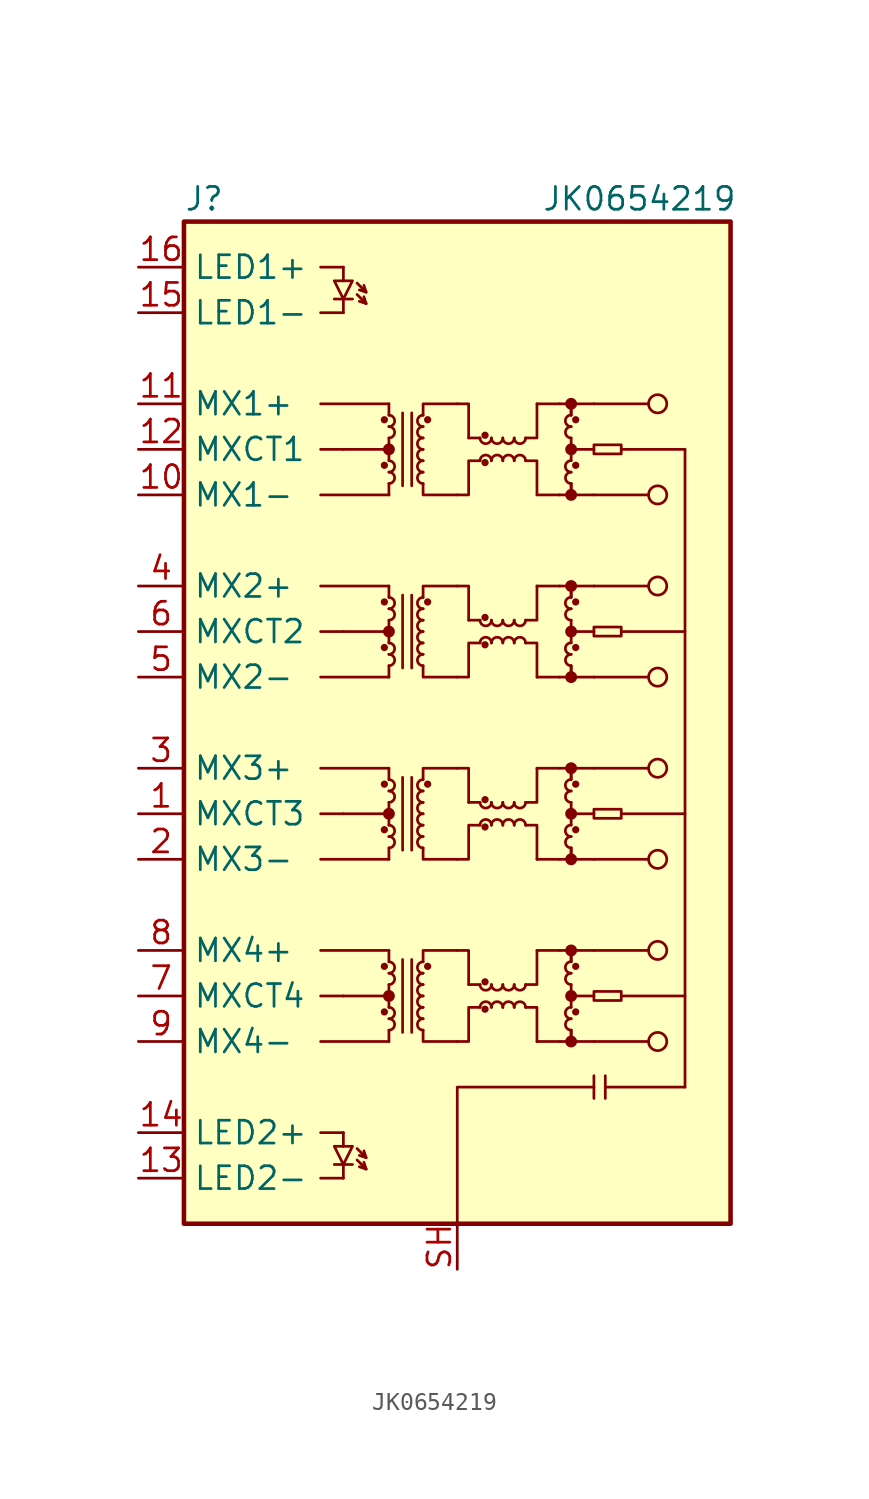
<source format=kicad_sym>
(kicad_symbol_lib
  (version 20220914)
  (generator kicad_symbol_editor)
  (symbol "JK0654219"
    (property "Reference" "J"
      (at -15.24 29.21 0)
      (effects (font (size 1.27 1.27)) (justify left)))
    (property "Value" "JK0654219"
      (at 10.16 29.21 0)
      (effects (font (size 1.27 1.27))))
    (symbol "JK0654219_0_1"
      (rectangle (start -15.24 27.94) (end 15.24 -27.94) (stroke (width 0.254) (type solid)) (fill (type background)))
      (circle (center -4.064 -16.129) (radius 0.127) (stroke (width 0) (type solid)) (fill (type outline)))
      (circle (center -4.064 -13.589) (radius 0.127) (stroke (width 0) (type solid)) (fill (type outline)))
      (circle (center -4.064 -5.969) (radius 0.127) (stroke (width 0) (type solid)) (fill (type outline)))
      (circle (center -4.064 -3.429) (radius 0.127) (stroke (width 0) (type solid)) (fill (type outline)))
      (circle (center -4.064 4.191) (radius 0.127) (stroke (width 0) (type solid)) (fill (type outline)))
      (circle (center -4.064 6.731) (radius 0.127) (stroke (width 0) (type solid)) (fill (type outline)))
      (circle (center -4.064 14.351) (radius 0.127) (stroke (width 0) (type solid)) (fill (type outline)))
      (circle (center -4.064 16.891) (radius 0.127) (stroke (width 0) (type solid)) (fill (type outline)))
      (arc (start -3.81 -17.145) (mid -3.4938 -16.8275) (end -3.81 -16.51) (stroke (width 0) (type solid)) (fill (type none)))
      (arc (start -3.81 -16.51) (mid -3.4938 -16.1925) (end -3.81 -15.875) (stroke (width 0) (type solid)) (fill (type none)))
      (circle (center -3.81 -15.24) (radius 0.254) (stroke (width 0) (type solid)) (fill (type outline)))
      (arc (start -3.81 -14.605) (mid -3.4938 -14.2875) (end -3.81 -13.97) (stroke (width 0) (type solid)) (fill (type none)))
      (arc (start -3.81 -13.97) (mid -3.4938 -13.6525) (end -3.81 -13.335) (stroke (width 0) (type solid)) (fill (type none)))
      (arc (start -3.81 -6.985) (mid -3.4938 -6.6675) (end -3.81 -6.35) (stroke (width 0) (type solid)) (fill (type none)))
      (arc (start -3.81 -6.35) (mid -3.4938 -6.0325) (end -3.81 -5.715) (stroke (width 0) (type solid)) (fill (type none)))
      (circle (center -3.81 -5.08) (radius 0.254) (stroke (width 0) (type solid)) (fill (type outline)))
      (arc (start -3.81 -4.445) (mid -3.4938 -4.1275) (end -3.81 -3.81) (stroke (width 0) (type solid)) (fill (type none)))
      (arc (start -3.81 -3.81) (mid -3.4938 -3.4925) (end -3.81 -3.175) (stroke (width 0) (type solid)) (fill (type none)))
      (arc (start -3.81 3.175) (mid -3.4938 3.4925) (end -3.81 3.81) (stroke (width 0) (type solid)) (fill (type none)))
      (arc (start -3.81 3.81) (mid -3.4938 4.1275) (end -3.81 4.445) (stroke (width 0) (type solid)) (fill (type none)))
      (circle (center -3.81 5.08) (radius 0.254) (stroke (width 0) (type solid)) (fill (type outline)))
      (arc (start -3.81 5.715) (mid -3.4938 6.0325) (end -3.81 6.35) (stroke (width 0) (type solid)) (fill (type none)))
      (arc (start -3.81 6.35) (mid -3.4938 6.6675) (end -3.81 6.985) (stroke (width 0) (type solid)) (fill (type none)))
      (arc (start -3.81 13.335) (mid -3.4938 13.6525) (end -3.81 13.97) (stroke (width 0) (type solid)) (fill (type none)))
      (arc (start -3.81 13.97) (mid -3.4938 14.2875) (end -3.81 14.605) (stroke (width 0) (type solid)) (fill (type none)))
      (circle (center -3.81 15.24) (radius 0.254) (stroke (width 0) (type solid)) (fill (type outline)))
      (arc (start -3.81 15.875) (mid -3.4938 16.1925) (end -3.81 16.51) (stroke (width 0) (type solid)) (fill (type none)))
      (arc (start -3.81 16.51) (mid -3.4938 16.8275) (end -3.81 17.145) (stroke (width 0) (type solid)) (fill (type none)))
      (arc (start -1.905 -16.51) (mid -2.2212 -16.8275) (end -1.905 -17.145) (stroke (width 0) (type solid)) (fill (type none)))
      (arc (start -1.905 -15.875) (mid -2.2212 -16.1925) (end -1.905 -16.51) (stroke (width 0) (type solid)) (fill (type none)))
      (arc (start -1.905 -15.24) (mid -2.2212 -15.5575) (end -1.905 -15.875) (stroke (width 0) (type solid)) (fill (type none)))
      (arc (start -1.905 -14.605) (mid -2.2212 -14.9225) (end -1.905 -15.24) (stroke (width 0) (type solid)) (fill (type none)))
      (arc (start -1.905 -13.97) (mid -2.2212 -14.2875) (end -1.905 -14.605) (stroke (width 0) (type solid)) (fill (type none)))
      (arc (start -1.905 -13.335) (mid -2.2212 -13.6525) (end -1.905 -13.97) (stroke (width 0) (type solid)) (fill (type none)))
      (arc (start -1.905 -6.35) (mid -2.2212 -6.6675) (end -1.905 -6.985) (stroke (width 0) (type solid)) (fill (type none)))
      (arc (start -1.905 -5.715) (mid -2.2212 -6.0325) (end -1.905 -6.35) (stroke (width 0) (type solid)) (fill (type none)))
      (arc (start -1.905 -5.08) (mid -2.2212 -5.3975) (end -1.905 -5.715) (stroke (width 0) (type solid)) (fill (type none)))
      (arc (start -1.905 -4.445) (mid -2.2212 -4.7625) (end -1.905 -5.08) (stroke (width 0) (type solid)) (fill (type none)))
      (arc (start -1.905 -3.81) (mid -2.2212 -4.1275) (end -1.905 -4.445) (stroke (width 0) (type solid)) (fill (type none)))
      (arc (start -1.905 -3.175) (mid -2.2212 -3.4925) (end -1.905 -3.81) (stroke (width 0) (type solid)) (fill (type none)))
      (arc (start -1.905 3.81) (mid -2.2212 3.4925) (end -1.905 3.175) (stroke (width 0) (type solid)) (fill (type none)))
      (arc (start -1.905 4.445) (mid -2.2212 4.1275) (end -1.905 3.81) (stroke (width 0) (type solid)) (fill (type none)))
      (arc (start -1.905 5.08) (mid -2.2212 4.7625) (end -1.905 4.445) (stroke (width 0) (type solid)) (fill (type none)))
      (arc (start -1.905 5.715) (mid -2.2212 5.3975) (end -1.905 5.08) (stroke (width 0) (type solid)) (fill (type none)))
      (arc (start -1.905 6.35) (mid -2.2212 6.0325) (end -1.905 5.715) (stroke (width 0) (type solid)) (fill (type none)))
      (arc (start -1.905 6.985) (mid -2.2212 6.6675) (end -1.905 6.35) (stroke (width 0) (type solid)) (fill (type none)))
      (arc (start -1.905 13.97) (mid -2.2212 13.6525) (end -1.905 13.335) (stroke (width 0) (type solid)) (fill (type none)))
      (arc (start -1.905 14.605) (mid -2.2212 14.2875) (end -1.905 13.97) (stroke (width 0) (type solid)) (fill (type none)))
      (arc (start -1.905 15.24) (mid -2.2212 14.9225) (end -1.905 14.605) (stroke (width 0) (type solid)) (fill (type none)))
      (arc (start -1.905 15.875) (mid -2.2212 15.5575) (end -1.905 15.24) (stroke (width 0) (type solid)) (fill (type none)))
      (arc (start -1.905 16.51) (mid -2.2212 16.1925) (end -1.905 15.875) (stroke (width 0) (type solid)) (fill (type none)))
      (arc (start -1.905 17.145) (mid -2.2212 16.8275) (end -1.905 16.51) (stroke (width 0) (type solid)) (fill (type none)))
      (circle (center -1.651 -13.589) (radius 0.127) (stroke (width 0) (type solid)) (fill (type outline)))
      (circle (center -1.651 -3.429) (radius 0.127) (stroke (width 0) (type solid)) (fill (type outline)))
      (circle (center -1.651 6.731) (radius 0.127) (stroke (width 0) (type solid)) (fill (type outline)))
      (circle (center -1.651 16.891) (radius 0.127) (stroke (width 0) (type solid)) (fill (type outline)))
      (polyline (pts (xy -7.62 -17.78) (xy -3.81 -17.78)) (stroke (width 0) (type solid)) (fill (type none)))
      (polyline (pts (xy -7.62 -15.24) (xy -6.35 -15.24)) (stroke (width 0) (type solid)) (fill (type none)))
      (polyline (pts (xy -7.62 -12.7) (xy -3.81 -12.7)) (stroke (width 0) (type solid)) (fill (type none)))
      (polyline (pts (xy -7.62 -7.62) (xy -3.81 -7.62)) (stroke (width 0) (type solid)) (fill (type none)))
      (polyline (pts (xy -7.62 -5.08) (xy -6.35 -5.08)) (stroke (width 0) (type solid)) (fill (type none)))
      (polyline (pts (xy -7.62 -2.54) (xy -3.81 -2.54)) (stroke (width 0) (type solid)) (fill (type none)))
      (polyline (pts (xy -7.62 2.54) (xy -3.81 2.54)) (stroke (width 0) (type solid)) (fill (type none)))
      (polyline (pts (xy -7.62 5.08) (xy -6.35 5.08)) (stroke (width 0) (type solid)) (fill (type none)))
      (polyline (pts (xy -7.62 7.62) (xy -3.81 7.62)) (stroke (width 0) (type solid)) (fill (type none)))
      (polyline (pts (xy -7.62 12.7) (xy -3.81 12.7)) (stroke (width 0) (type solid)) (fill (type none)))
      (polyline (pts (xy -7.62 15.24) (xy -6.35 15.24)) (stroke (width 0) (type solid)) (fill (type none)))
      (polyline (pts (xy -7.62 17.78) (xy -3.81 17.78)) (stroke (width 0) (type solid)) (fill (type none)))
      (polyline (pts (xy -6.35 -15.24) (xy -3.81 -15.24)) (stroke (width 0) (type solid)) (fill (type none)))
      (polyline (pts (xy -6.35 -5.08) (xy -3.81 -5.08)) (stroke (width 0) (type solid)) (fill (type none)))
      (polyline (pts (xy -6.35 5.08) (xy -3.81 5.08)) (stroke (width 0) (type solid)) (fill (type none)))
      (polyline (pts (xy -6.35 15.24) (xy -3.81 15.24)) (stroke (width 0) (type solid)) (fill (type none)))
      (polyline (pts (xy -3.81 -17.78) (xy -3.81 -17.145)) (stroke (width 0) (type solid)) (fill (type none)))
      (polyline (pts (xy -3.81 -15.24) (xy -3.81 -15.875)) (stroke (width 0) (type solid)) (fill (type none)))
      (polyline (pts (xy -3.81 -15.24) (xy -3.81 -14.605)) (stroke (width 0) (type solid)) (fill (type none)))
      (polyline (pts (xy -3.81 -12.7) (xy -3.81 -13.335)) (stroke (width 0) (type solid)) (fill (type none)))
      (polyline (pts (xy -3.81 -7.62) (xy -3.81 -6.985)) (stroke (width 0) (type solid)) (fill (type none)))
      (polyline (pts (xy -3.81 -5.08) (xy -3.81 -5.715)) (stroke (width 0) (type solid)) (fill (type none)))
      (polyline (pts (xy -3.81 -5.08) (xy -3.81 -4.445)) (stroke (width 0) (type solid)) (fill (type none)))
      (polyline (pts (xy -3.81 -2.54) (xy -3.81 -3.175)) (stroke (width 0) (type solid)) (fill (type none)))
      (polyline (pts (xy -3.81 2.54) (xy -3.81 3.175)) (stroke (width 0) (type solid)) (fill (type none)))
      (polyline (pts (xy -3.81 5.08) (xy -3.81 4.445)) (stroke (width 0) (type solid)) (fill (type none)))
      (polyline (pts (xy -3.81 5.08) (xy -3.81 5.715)) (stroke (width 0) (type solid)) (fill (type none)))
      (polyline (pts (xy -3.81 7.62) (xy -3.81 6.985)) (stroke (width 0) (type solid)) (fill (type none)))
      (polyline (pts (xy -3.81 12.7) (xy -3.81 13.335)) (stroke (width 0) (type solid)) (fill (type none)))
      (polyline (pts (xy -3.81 15.24) (xy -3.81 14.605)) (stroke (width 0) (type solid)) (fill (type none)))
      (polyline (pts (xy -3.81 15.24) (xy -3.81 15.875)) (stroke (width 0) (type solid)) (fill (type none)))
      (polyline (pts (xy -3.81 17.78) (xy -3.81 17.145)) (stroke (width 0) (type solid)) (fill (type none)))
      (polyline (pts (xy -3.048 -17.272) (xy -3.048 -13.208)) (stroke (width 0) (type solid)) (fill (type none)))
      (polyline (pts (xy -3.048 -7.112) (xy -3.048 -3.048)) (stroke (width 0) (type solid)) (fill (type none)))
      (polyline (pts (xy -3.048 3.048) (xy -3.048 7.112)) (stroke (width 0) (type solid)) (fill (type none)))
      (polyline (pts (xy -3.048 13.208) (xy -3.048 17.272)) (stroke (width 0) (type solid)) (fill (type none)))
      (polyline (pts (xy -2.54 -17.272) (xy -2.54 -13.208)) (stroke (width 0) (type solid)) (fill (type none)))
      (polyline (pts (xy -2.54 -7.112) (xy -2.54 -3.048)) (stroke (width 0) (type solid)) (fill (type none)))
      (polyline (pts (xy -2.54 3.048) (xy -2.54 7.112)) (stroke (width 0) (type solid)) (fill (type none)))
      (polyline (pts (xy -2.54 13.208) (xy -2.54 17.272)) (stroke (width 0) (type solid)) (fill (type none)))
      (polyline (pts (xy 0.635 -14.605) (xy 1.27 -14.605)) (stroke (width 0) (type solid)) (fill (type none)))
      (polyline (pts (xy 0.635 -4.445) (xy 1.27 -4.445)) (stroke (width 0) (type solid)) (fill (type none)))
      (polyline (pts (xy 0.635 5.715) (xy 1.27 5.715)) (stroke (width 0) (type solid)) (fill (type none)))
      (polyline (pts (xy 0.635 15.875) (xy 1.27 15.875)) (stroke (width 0) (type solid)) (fill (type none)))
      (polyline (pts (xy 4.445 -17.78) (xy 5.715 -17.78)) (stroke (width 0) (type solid)) (fill (type none)))
      (polyline (pts (xy 4.445 -12.7) (xy 5.715 -12.7)) (stroke (width 0) (type solid)) (fill (type none)))
      (polyline (pts (xy 4.445 -7.62) (xy 5.715 -7.62)) (stroke (width 0) (type solid)) (fill (type none)))
      (polyline (pts (xy 4.445 -2.54) (xy 5.715 -2.54)) (stroke (width 0) (type solid)) (fill (type none)))
      (polyline (pts (xy 4.445 2.54) (xy 5.715 2.54)) (stroke (width 0) (type solid)) (fill (type none)))
      (polyline (pts (xy 4.445 7.62) (xy 5.715 7.62)) (stroke (width 0) (type solid)) (fill (type none)))
      (polyline (pts (xy 4.445 12.7) (xy 5.715 12.7)) (stroke (width 0) (type solid)) (fill (type none)))
      (polyline (pts (xy 4.445 17.78) (xy 5.715 17.78)) (stroke (width 0) (type solid)) (fill (type none)))
      (polyline (pts (xy 6.35 -17.78) (xy 6.35 -17.145)) (stroke (width 0) (type solid)) (fill (type none)))
      (polyline (pts (xy 6.35 -15.24) (xy 6.35 -15.875)) (stroke (width 0) (type solid)) (fill (type none)))
      (polyline (pts (xy 6.35 -15.24) (xy 6.35 -14.605)) (stroke (width 0) (type solid)) (fill (type none)))
      (polyline (pts (xy 6.35 -12.7) (xy 6.35 -13.335)) (stroke (width 0) (type solid)) (fill (type none)))
      (polyline (pts (xy 6.35 -7.62) (xy 6.35 -6.985)) (stroke (width 0) (type solid)) (fill (type none)))
      (polyline (pts (xy 6.35 -5.08) (xy 6.35 -5.715)) (stroke (width 0) (type solid)) (fill (type none)))
      (polyline (pts (xy 6.35 -5.08) (xy 6.35 -4.445)) (stroke (width 0) (type solid)) (fill (type none)))
      (polyline (pts (xy 6.35 -2.54) (xy 6.35 -3.175)) (stroke (width 0) (type solid)) (fill (type none)))
      (polyline (pts (xy 6.35 2.54) (xy 6.35 3.175)) (stroke (width 0) (type solid)) (fill (type none)))
      (polyline (pts (xy 6.35 5.08) (xy 6.35 4.445)) (stroke (width 0) (type solid)) (fill (type none)))
      (polyline (pts (xy 6.35 5.08) (xy 6.35 5.715)) (stroke (width 0) (type solid)) (fill (type none)))
      (polyline (pts (xy 6.35 7.62) (xy 6.35 6.985)) (stroke (width 0) (type solid)) (fill (type none)))
      (polyline (pts (xy 6.35 12.7) (xy 6.35 13.335)) (stroke (width 0) (type solid)) (fill (type none)))
      (polyline (pts (xy 6.35 15.24) (xy 6.35 14.605)) (stroke (width 0) (type solid)) (fill (type none)))
      (polyline (pts (xy 6.35 15.24) (xy 6.35 15.875)) (stroke (width 0) (type solid)) (fill (type none)))
      (polyline (pts (xy 6.35 17.78) (xy 6.35 17.145)) (stroke (width 0) (type solid)) (fill (type none)))
      (polyline (pts (xy 7.62 -20.955) (xy 7.62 -19.685)) (stroke (width 0) (type solid)) (fill (type none)))
      (polyline (pts (xy 7.62 -17.78) (xy 6.35 -17.78)) (stroke (width 0) (type solid)) (fill (type none)))
      (polyline (pts (xy 7.62 -17.78) (xy 10.668 -17.78)) (stroke (width 0) (type solid)) (fill (type none)))
      (polyline (pts (xy 7.62 -15.24) (xy 6.35 -15.24)) (stroke (width 0) (type solid)) (fill (type none)))
      (polyline (pts (xy 7.62 -12.7) (xy 6.35 -12.7)) (stroke (width 0) (type solid)) (fill (type none)))
      (polyline (pts (xy 7.62 -12.7) (xy 10.668 -12.7)) (stroke (width 0) (type solid)) (fill (type none)))
      (polyline (pts (xy 7.62 -7.62) (xy 6.35 -7.62)) (stroke (width 0) (type solid)) (fill (type none)))
      (polyline (pts (xy 7.62 -7.62) (xy 10.668 -7.62)) (stroke (width 0) (type solid)) (fill (type none)))
      (polyline (pts (xy 7.62 -5.08) (xy 6.35 -5.08)) (stroke (width 0) (type solid)) (fill (type none)))
      (polyline (pts (xy 7.62 -2.54) (xy 6.35 -2.54)) (stroke (width 0) (type solid)) (fill (type none)))
      (polyline (pts (xy 7.62 -2.54) (xy 10.668 -2.54)) (stroke (width 0) (type solid)) (fill (type none)))
      (polyline (pts (xy 7.62 2.54) (xy 6.35 2.54)) (stroke (width 0) (type solid)) (fill (type none)))
      (polyline (pts (xy 7.62 2.54) (xy 10.668 2.54)) (stroke (width 0) (type solid)) (fill (type none)))
      (polyline (pts (xy 7.62 5.08) (xy 6.35 5.08)) (stroke (width 0) (type solid)) (fill (type none)))
      (polyline (pts (xy 7.62 7.62) (xy 6.35 7.62)) (stroke (width 0) (type solid)) (fill (type none)))
      (polyline (pts (xy 7.62 7.62) (xy 10.668 7.62)) (stroke (width 0) (type solid)) (fill (type none)))
      (polyline (pts (xy 7.62 12.7) (xy 6.35 12.7)) (stroke (width 0) (type solid)) (fill (type none)))
      (polyline (pts (xy 7.62 12.7) (xy 10.668 12.7)) (stroke (width 0) (type solid)) (fill (type none)))
      (polyline (pts (xy 7.62 15.24) (xy 6.35 15.24)) (stroke (width 0) (type solid)) (fill (type none)))
      (polyline (pts (xy 7.62 17.78) (xy 6.35 17.78)) (stroke (width 0) (type solid)) (fill (type none)))
      (polyline (pts (xy 7.62 17.78) (xy 10.668 17.78)) (stroke (width 0) (type solid)) (fill (type none)))
      (polyline (pts (xy 8.255 -20.32) (xy 8.255 -20.955)) (stroke (width 0) (type solid)) (fill (type none)))
      (polyline (pts (xy 8.255 -20.32) (xy 8.255 -19.685)) (stroke (width 0) (type solid)) (fill (type none)))
      (polyline (pts (xy 8.255 -20.32) (xy 12.7 -20.32)) (stroke (width 0) (type solid)) (fill (type none)))
      (polyline (pts (xy 9.144 -15.24) (xy 12.7 -15.24)) (stroke (width 0) (type solid)) (fill (type none)))
      (polyline (pts (xy 9.144 -5.08) (xy 12.7 -5.08)) (stroke (width 0) (type solid)) (fill (type none)))
      (polyline (pts (xy 9.144 5.08) (xy 12.7 5.08)) (stroke (width 0) (type solid)) (fill (type none)))
      (polyline (pts (xy 12.7 -20.32) (xy 12.7 15.24)) (stroke (width 0) (type solid)) (fill (type none)))
      (polyline (pts (xy 12.7 15.24) (xy 9.144 15.24)) (stroke (width 0) (type solid)) (fill (type none)))
      (polyline (pts (xy -1.905 -17.145) (xy -1.905 -17.78) (xy 0 -17.78)) (stroke (width 0) (type solid)) (fill (type none)))
      (polyline (pts (xy -1.905 -13.335) (xy -1.905 -12.7) (xy 0 -12.7)) (stroke (width 0) (type solid)) (fill (type none)))
      (polyline (pts (xy -1.905 -6.985) (xy -1.905 -7.62) (xy 0 -7.62)) (stroke (width 0) (type solid)) (fill (type none)))
      (polyline (pts (xy -1.905 -3.175) (xy -1.905 -2.54) (xy 0 -2.54)) (stroke (width 0) (type solid)) (fill (type none)))
      (polyline (pts (xy -1.905 3.175) (xy -1.905 2.54) (xy 0 2.54)) (stroke (width 0) (type solid)) (fill (type none)))
      (polyline (pts (xy -1.905 6.985) (xy -1.905 7.62) (xy 0 7.62)) (stroke (width 0) (type solid)) (fill (type none)))
      (polyline (pts (xy -1.905 13.335) (xy -1.905 12.7) (xy 0 12.7)) (stroke (width 0) (type solid)) (fill (type none)))
      (polyline (pts (xy -1.905 17.145) (xy -1.905 17.78) (xy 0 17.78)) (stroke (width 0) (type solid)) (fill (type none)))
      (polyline (pts (xy 0 -12.7) (xy 0.635 -12.7) (xy 0.635 -14.605)) (stroke (width 0) (type solid)) (fill (type none)))
      (polyline (pts (xy 0 -2.54) (xy 0.635 -2.54) (xy 0.635 -4.445)) (stroke (width 0) (type solid)) (fill (type none)))
      (polyline (pts (xy 0 7.62) (xy 0.635 7.62) (xy 0.635 5.715)) (stroke (width 0) (type solid)) (fill (type none)))
      (polyline (pts (xy 0 17.78) (xy 0.635 17.78) (xy 0.635 15.875)) (stroke (width 0) (type solid)) (fill (type none)))
      (polyline (pts (xy 3.81 -15.875) (xy 4.445 -15.875) (xy 4.445 -17.78)) (stroke (width 0) (type solid)) (fill (type none)))
      (polyline (pts (xy 3.81 -14.605) (xy 4.445 -14.605) (xy 4.445 -12.7)) (stroke (width 0) (type solid)) (fill (type none)))
      (polyline (pts (xy 3.81 -5.715) (xy 4.445 -5.715) (xy 4.445 -7.62)) (stroke (width 0) (type solid)) (fill (type none)))
      (polyline (pts (xy 3.81 -4.445) (xy 4.445 -4.445) (xy 4.445 -2.54)) (stroke (width 0) (type solid)) (fill (type none)))
      (polyline (pts (xy 3.81 4.445) (xy 4.445 4.445) (xy 4.445 2.54)) (stroke (width 0) (type solid)) (fill (type none)))
      (polyline (pts (xy 3.81 5.715) (xy 4.445 5.715) (xy 4.445 7.62)) (stroke (width 0) (type solid)) (fill (type none)))
      (polyline (pts (xy 3.81 14.605) (xy 4.445 14.605) (xy 4.445 12.7)) (stroke (width 0) (type solid)) (fill (type none)))
      (polyline (pts (xy 3.81 15.875) (xy 4.445 15.875) (xy 4.445 17.78)) (stroke (width 0) (type solid)) (fill (type none)))
      (polyline (pts (xy 5.715 -17.78) (xy 6.35 -17.78) (xy 6.35 -17.145)) (stroke (width 0) (type solid)) (fill (type none)))
      (polyline (pts (xy 5.715 -12.7) (xy 6.35 -12.7) (xy 6.35 -13.335)) (stroke (width 0) (type solid)) (fill (type none)))
      (polyline (pts (xy 5.715 -7.62) (xy 6.35 -7.62) (xy 6.35 -6.985)) (stroke (width 0) (type solid)) (fill (type none)))
      (polyline (pts (xy 5.715 -2.54) (xy 6.35 -2.54) (xy 6.35 -3.175)) (stroke (width 0) (type solid)) (fill (type none)))
      (polyline (pts (xy 5.715 2.54) (xy 6.35 2.54) (xy 6.35 3.175)) (stroke (width 0) (type solid)) (fill (type none)))
      (polyline (pts (xy 5.715 7.62) (xy 6.35 7.62) (xy 6.35 6.985)) (stroke (width 0) (type solid)) (fill (type none)))
      (polyline (pts (xy 5.715 12.7) (xy 6.35 12.7) (xy 6.35 13.335)) (stroke (width 0) (type solid)) (fill (type none)))
      (polyline (pts (xy 5.715 17.78) (xy 6.35 17.78) (xy 6.35 17.145)) (stroke (width 0) (type solid)) (fill (type none)))
      (polyline (pts (xy 7.62 -20.32) (xy 0 -20.32) (xy 0 -27.94)) (stroke (width 0) (type solid)) (fill (type none)))
      (polyline (pts (xy 0 -17.78) (xy 0.635 -17.78) (xy 0.635 -15.875) (xy 1.27 -15.875)) (stroke (width 0) (type solid)) (fill (type none)))
      (polyline (pts (xy 0 -7.62) (xy 0.635 -7.62) (xy 0.635 -5.715) (xy 1.27 -5.715)) (stroke (width 0) (type solid)) (fill (type none)))
      (polyline (pts (xy 0 2.54) (xy 0.635 2.54) (xy 0.635 4.445) (xy 1.27 4.445)) (stroke (width 0) (type solid)) (fill (type none)))
      (polyline (pts (xy 0 12.7) (xy 0.635 12.7) (xy 0.635 14.605) (xy 1.27 14.605)) (stroke (width 0) (type solid)) (fill (type none)))
      (arc (start 1.27 -14.605) (mid 1.5875 -14.9212) (end 1.905 -14.605) (stroke (width 0) (type solid)) (fill (type none)))
      (arc (start 1.27 -4.445) (mid 1.5875 -4.7612) (end 1.905 -4.445) (stroke (width 0) (type solid)) (fill (type none)))
      (arc (start 1.27 5.715) (mid 1.5875 5.3988) (end 1.905 5.715) (stroke (width 0) (type solid)) (fill (type none)))
      (arc (start 1.27 15.875) (mid 1.5875 15.5588) (end 1.905 15.875) (stroke (width 0) (type solid)) (fill (type none)))
      (circle (center 1.549 -15.977) (radius 0.127) (stroke (width 0) (type solid)) (fill (type outline)))
      (circle (center 1.549 -14.453) (radius 0.127) (stroke (width 0) (type solid)) (fill (type outline)))
      (circle (center 1.549 -5.817) (radius 0.127) (stroke (width 0) (type solid)) (fill (type outline)))
      (circle (center 1.549 -4.293) (radius 0.127) (stroke (width 0) (type solid)) (fill (type outline)))
      (circle (center 1.549 4.343) (radius 0.127) (stroke (width 0) (type solid)) (fill (type outline)))
      (circle (center 1.549 5.867) (radius 0.127) (stroke (width 0) (type solid)) (fill (type outline)))
      (circle (center 1.549 14.503) (radius 0.127) (stroke (width 0) (type solid)) (fill (type outline)))
      (circle (center 1.549 16.027) (radius 0.127) (stroke (width 0) (type solid)) (fill (type outline)))
      (arc (start 1.905 -15.875) (mid 1.5875 -15.5588) (end 1.27 -15.875) (stroke (width 0) (type solid)) (fill (type none)))
      (arc (start 1.905 -14.605) (mid 2.2225 -14.9212) (end 2.54 -14.605) (stroke (width 0) (type solid)) (fill (type none)))
      (arc (start 1.905 -5.715) (mid 1.5875 -5.3988) (end 1.27 -5.715) (stroke (width 0) (type solid)) (fill (type none)))
      (arc (start 1.905 -4.445) (mid 2.2225 -4.7612) (end 2.54 -4.445) (stroke (width 0) (type solid)) (fill (type none)))
      (arc (start 1.905 4.445) (mid 1.5875 4.7612) (end 1.27 4.445) (stroke (width 0) (type solid)) (fill (type none)))
      (arc (start 1.905 5.715) (mid 2.2225 5.3988) (end 2.54 5.715) (stroke (width 0) (type solid)) (fill (type none)))
      (arc (start 1.905 14.605) (mid 1.5875 14.9212) (end 1.27 14.605) (stroke (width 0) (type solid)) (fill (type none)))
      (arc (start 1.905 15.875) (mid 2.2225 15.5588) (end 2.54 15.875) (stroke (width 0) (type solid)) (fill (type none)))
      (arc (start 2.54 -15.875) (mid 2.2225 -15.5588) (end 1.905 -15.875) (stroke (width 0) (type solid)) (fill (type none)))
      (arc (start 2.54 -14.605) (mid 2.8575 -14.9212) (end 3.175 -14.605) (stroke (width 0) (type solid)) (fill (type none)))
      (arc (start 2.54 -5.715) (mid 2.2225 -5.3988) (end 1.905 -5.715) (stroke (width 0) (type solid)) (fill (type none)))
      (arc (start 2.54 -4.445) (mid 2.8575 -4.7612) (end 3.175 -4.445) (stroke (width 0) (type solid)) (fill (type none)))
      (arc (start 2.54 4.445) (mid 2.2225 4.7612) (end 1.905 4.445) (stroke (width 0) (type solid)) (fill (type none)))
      (arc (start 2.54 5.715) (mid 2.8575 5.3988) (end 3.175 5.715) (stroke (width 0) (type solid)) (fill (type none)))
      (arc (start 2.54 14.605) (mid 2.2225 14.9212) (end 1.905 14.605) (stroke (width 0) (type solid)) (fill (type none)))
      (arc (start 2.54 15.875) (mid 2.8575 15.5588) (end 3.175 15.875) (stroke (width 0) (type solid)) (fill (type none)))
      (arc (start 3.175 -15.875) (mid 2.8575 -15.5588) (end 2.54 -15.875) (stroke (width 0) (type solid)) (fill (type none)))
      (arc (start 3.175 -14.605) (mid 3.4925 -14.9212) (end 3.81 -14.605) (stroke (width 0) (type solid)) (fill (type none)))
      (arc (start 3.175 -5.715) (mid 2.8575 -5.3988) (end 2.54 -5.715) (stroke (width 0) (type solid)) (fill (type none)))
      (arc (start 3.175 -4.445) (mid 3.4925 -4.7612) (end 3.81 -4.445) (stroke (width 0) (type solid)) (fill (type none)))
      (arc (start 3.175 4.445) (mid 2.8575 4.7612) (end 2.54 4.445) (stroke (width 0) (type solid)) (fill (type none)))
      (arc (start 3.175 5.715) (mid 3.4925 5.3988) (end 3.81 5.715) (stroke (width 0) (type solid)) (fill (type none)))
      (arc (start 3.175 14.605) (mid 2.8575 14.9212) (end 2.54 14.605) (stroke (width 0) (type solid)) (fill (type none)))
      (arc (start 3.175 15.875) (mid 3.4925 15.5588) (end 3.81 15.875) (stroke (width 0) (type solid)) (fill (type none)))
      (arc (start 3.81 -15.875) (mid 3.4925 -15.5588) (end 3.175 -15.875) (stroke (width 0) (type solid)) (fill (type none)))
      (arc (start 3.81 -5.715) (mid 3.4925 -5.3988) (end 3.175 -5.715) (stroke (width 0) (type solid)) (fill (type none)))
      (arc (start 3.81 4.445) (mid 3.4925 4.7612) (end 3.175 4.445) (stroke (width 0) (type solid)) (fill (type none)))
      (arc (start 3.81 14.605) (mid 3.4925 14.9212) (end 3.175 14.605) (stroke (width 0) (type solid)) (fill (type none)))
      (circle (center 6.35 -17.78) (radius 0.254) (stroke (width 0) (type solid)) (fill (type outline)))
      (arc (start 6.35 -16.51) (mid 6.0338 -16.8275) (end 6.35 -17.145) (stroke (width 0) (type solid)) (fill (type none)))
      (arc (start 6.35 -15.875) (mid 6.0338 -16.1925) (end 6.35 -16.51) (stroke (width 0) (type solid)) (fill (type none)))
      (circle (center 6.35 -15.24) (radius 0.254) (stroke (width 0) (type solid)) (fill (type outline)))
      (arc (start 6.35 -13.97) (mid 6.0338 -14.2875) (end 6.35 -14.605) (stroke (width 0) (type solid)) (fill (type none)))
      (arc (start 6.35 -13.335) (mid 6.0338 -13.6525) (end 6.35 -13.97) (stroke (width 0) (type solid)) (fill (type none)))
      (circle (center 6.35 -12.7) (radius 0.254) (stroke (width 0) (type solid)) (fill (type outline)))
      (circle (center 6.35 -7.62) (radius 0.254) (stroke (width 0) (type solid)) (fill (type outline)))
      (arc (start 6.35 -6.35) (mid 6.0338 -6.6675) (end 6.35 -6.985) (stroke (width 0) (type solid)) (fill (type none)))
      (arc (start 6.35 -5.715) (mid 6.0338 -6.0325) (end 6.35 -6.35) (stroke (width 0) (type solid)) (fill (type none)))
      (circle (center 6.35 -5.08) (radius 0.254) (stroke (width 0) (type solid)) (fill (type outline)))
      (arc (start 6.35 -3.81) (mid 6.0338 -4.1275) (end 6.35 -4.445) (stroke (width 0) (type solid)) (fill (type none)))
      (arc (start 6.35 -3.175) (mid 6.0338 -3.4925) (end 6.35 -3.81) (stroke (width 0) (type solid)) (fill (type none)))
      (circle (center 6.35 -2.54) (radius 0.254) (stroke (width 0) (type solid)) (fill (type outline)))
      (circle (center 6.35 2.54) (radius 0.254) (stroke (width 0) (type solid)) (fill (type outline)))
      (arc (start 6.35 3.81) (mid 6.0338 3.4925) (end 6.35 3.175) (stroke (width 0) (type solid)) (fill (type none)))
      (arc (start 6.35 4.445) (mid 6.0338 4.1275) (end 6.35 3.81) (stroke (width 0) (type solid)) (fill (type none)))
      (circle (center 6.35 5.08) (radius 0.254) (stroke (width 0) (type solid)) (fill (type outline)))
      (arc (start 6.35 6.35) (mid 6.0338 6.0325) (end 6.35 5.715) (stroke (width 0) (type solid)) (fill (type none)))
      (arc (start 6.35 6.985) (mid 6.0338 6.6675) (end 6.35 6.35) (stroke (width 0) (type solid)) (fill (type none)))
      (circle (center 6.35 7.62) (radius 0.254) (stroke (width 0) (type solid)) (fill (type outline)))
      (circle (center 6.35 12.7) (radius 0.254) (stroke (width 0) (type solid)) (fill (type outline)))
      (arc (start 6.35 13.97) (mid 6.0338 13.6525) (end 6.35 13.335) (stroke (width 0) (type solid)) (fill (type none)))
      (arc (start 6.35 14.605) (mid 6.0338 14.2875) (end 6.35 13.97) (stroke (width 0) (type solid)) (fill (type none)))
      (circle (center 6.35 15.24) (radius 0.254) (stroke (width 0) (type solid)) (fill (type outline)))
      (arc (start 6.35 16.51) (mid 6.0338 16.1925) (end 6.35 15.875) (stroke (width 0) (type solid)) (fill (type none)))
      (arc (start 6.35 17.145) (mid 6.0338 16.8275) (end 6.35 16.51) (stroke (width 0) (type solid)) (fill (type none)))
      (circle (center 6.35 17.78) (radius 0.254) (stroke (width 0) (type solid)) (fill (type outline)))
      (circle (center 6.604 -16.129) (radius 0.127) (stroke (width 0) (type solid)) (fill (type outline)))
      (circle (center 6.604 -13.589) (radius 0.127) (stroke (width 0) (type solid)) (fill (type outline)))
      (circle (center 6.604 -5.969) (radius 0.127) (stroke (width 0) (type solid)) (fill (type outline)))
      (circle (center 6.604 -3.429) (radius 0.127) (stroke (width 0) (type solid)) (fill (type outline)))
      (circle (center 6.604 4.191) (radius 0.127) (stroke (width 0) (type solid)) (fill (type outline)))
      (circle (center 6.604 6.731) (radius 0.127) (stroke (width 0) (type solid)) (fill (type outline)))
      (circle (center 6.604 14.351) (radius 0.127) (stroke (width 0) (type solid)) (fill (type outline)))
      (circle (center 6.604 16.891) (radius 0.127) (stroke (width 0) (type solid)) (fill (type outline)))
      (rectangle (start 7.62 -14.986) (end 9.144 -15.494) (stroke (width 0) (type solid)) (fill (type none)))
      (rectangle (start 7.62 -4.826) (end 9.144 -5.334) (stroke (width 0) (type solid)) (fill (type none)))
      (rectangle (start 7.62 5.334) (end 9.144 4.826) (stroke (width 0) (type solid)) (fill (type none)))
      (rectangle (start 7.62 15.494) (end 9.144 14.986) (stroke (width 0) (type solid)) (fill (type none)))
      (circle (center 11.176 -17.78) (radius 0.508) (stroke (width 0) (type solid)) (fill (type none)))
      (circle (center 11.176 -12.7) (radius 0.508) (stroke (width 0) (type solid)) (fill (type none)))
      (circle (center 11.176 -7.62) (radius 0.508) (stroke (width 0) (type solid)) (fill (type none)))
      (circle (center 11.176 -2.54) (radius 0.508) (stroke (width 0) (type solid)) (fill (type none)))
      (circle (center 11.176 2.54) (radius 0.508) (stroke (width 0) (type solid)) (fill (type none)))
      (circle (center 11.176 7.62) (radius 0.508) (stroke (width 0) (type solid)) (fill (type none)))
      (circle (center 11.176 12.7) (radius 0.508) (stroke (width 0) (type solid)) (fill (type none)))
      (circle (center 11.176 17.78) (radius 0.508) (stroke (width 0) (type solid)) (fill (type none))))
    (symbol "JK0654219_1_1"
      (polyline (pts (xy -7.62 -25.4) (xy -6.35 -25.4)) (stroke (width 0) (type solid)) (fill (type none)))
      (polyline (pts (xy -7.62 -22.86) (xy -6.35 -22.86)) (stroke (width 0) (type solid)) (fill (type none)))
      (polyline (pts (xy -7.62 22.86) (xy -6.35 22.86)) (stroke (width 0) (type solid)) (fill (type none)))
      (polyline (pts (xy -7.62 25.4) (xy -6.35 25.4)) (stroke (width 0) (type solid)) (fill (type none)))
      (polyline (pts (xy -6.858 -24.638) (xy -5.842 -24.638)) (stroke (width 0) (type solid)) (fill (type none)))
      (polyline (pts (xy -6.858 23.622) (xy -5.842 23.622)) (stroke (width 0) (type solid)) (fill (type none)))
      (polyline (pts (xy -6.35 -25.4) (xy -6.35 -24.638)) (stroke (width 0) (type solid)) (fill (type none)))
      (polyline (pts (xy -6.35 -22.86) (xy -6.35 -23.622)) (stroke (width 0) (type solid)) (fill (type none)))
      (polyline (pts (xy -6.35 22.86) (xy -6.35 23.622)) (stroke (width 0) (type solid)) (fill (type none)))
      (polyline (pts (xy -6.35 25.4) (xy -6.35 24.638)) (stroke (width 0) (type solid)) (fill (type none)))
      (polyline (pts (xy -5.08 -24.892) (xy -5.207 -24.511)) (stroke (width 0) (type solid)) (fill (type none)))
      (polyline (pts (xy -5.08 -24.257) (xy -5.207 -23.876)) (stroke (width 0) (type solid)) (fill (type none)))
      (polyline (pts (xy -5.08 23.368) (xy -5.207 23.749)) (stroke (width 0) (type solid)) (fill (type none)))
      (polyline (pts (xy -5.08 24.003) (xy -5.207 24.384)) (stroke (width 0) (type solid)) (fill (type none)))
      (polyline (pts (xy -5.588 -24.384) (xy -5.08 -24.892) (xy -5.461 -24.765)) (stroke (width 0) (type solid)) (fill (type none)))
      (polyline (pts (xy -5.588 -23.749) (xy -5.08 -24.257) (xy -5.461 -24.13)) (stroke (width 0) (type solid)) (fill (type none)))
      (polyline (pts (xy -5.588 23.876) (xy -5.08 23.368) (xy -5.461 23.495)) (stroke (width 0) (type solid)) (fill (type none)))
      (polyline (pts (xy -5.588 24.511) (xy -5.08 24.003) (xy -5.461 24.13)) (stroke (width 0) (type solid)) (fill (type none)))
      (polyline (pts (xy -6.35 -24.638) (xy -6.858 -23.622) (xy -5.842 -23.622) (xy -6.35 -24.638)) (stroke (width 0) (type solid)) (fill (type none)))
      (polyline (pts (xy -6.35 23.622) (xy -6.858 24.638) (xy -5.842 24.638) (xy -6.35 23.622)) (stroke (width 0) (type solid)) (fill (type none)))
      (pin passive line (at -17.78 -5.08 0) (length 2.54) (name "MXCT3" (effects (font (size 1.27 1.27)))) (number "1" (effects (font (size 1.27 1.27)))))
      (pin passive line (at -17.78 12.7 0) (length 2.54) (name "MX1-" (effects (font (size 1.27 1.27)))) (number "10" (effects (font (size 1.27 1.27)))))
      (pin passive line (at -17.78 17.78 0) (length 2.54) (name "MX1+" (effects (font (size 1.27 1.27)))) (number "11" (effects (font (size 1.27 1.27)))))
      (pin passive line (at -17.78 15.24 0) (length 2.54) (name "MXCT1" (effects (font (size 1.27 1.27)))) (number "12" (effects (font (size 1.27 1.27)))))
      (pin passive line (at -17.78 -25.4 0) (length 2.54) (name "LED2-" (effects (font (size 1.27 1.27)))) (number "13" (effects (font (size 1.27 1.27)))))
      (pin passive line (at -17.78 -22.86 0) (length 2.54) (name "LED2+" (effects (font (size 1.27 1.27)))) (number "14" (effects (font (size 1.27 1.27)))))
      (pin passive line (at -17.78 22.86 0) (length 2.54) (name "LED1-" (effects (font (size 1.27 1.27)))) (number "15" (effects (font (size 1.27 1.27)))))
      (pin passive line (at -17.78 25.4 0) (length 2.54) (name "LED1+" (effects (font (size 1.27 1.27)))) (number "16" (effects (font (size 1.27 1.27)))))
      (pin passive line (at -17.78 -7.62 0) (length 2.54) (name "MX3-" (effects (font (size 1.27 1.27)))) (number "2" (effects (font (size 1.27 1.27)))))
      (pin passive line (at -17.78 -2.54 0) (length 2.54) (name "MX3+" (effects (font (size 1.27 1.27)))) (number "3" (effects (font (size 1.27 1.27)))))
      (pin passive line (at -17.78 7.62 0) (length 2.54) (name "MX2+" (effects (font (size 1.27 1.27)))) (number "4" (effects (font (size 1.27 1.27)))))
      (pin passive line (at -17.78 2.54 0) (length 2.54) (name "MX2-" (effects (font (size 1.27 1.27)))) (number "5" (effects (font (size 1.27 1.27)))))
      (pin passive line (at -17.78 5.08 0) (length 2.54) (name "MXCT2" (effects (font (size 1.27 1.27)))) (number "6" (effects (font (size 1.27 1.27)))))
      (pin passive line (at -17.78 -15.24 0) (length 2.54) (name "MXCT4" (effects (font (size 1.27 1.27)))) (number "7" (effects (font (size 1.27 1.27)))))
      (pin passive line (at -17.78 -12.7 0) (length 2.54) (name "MX4+" (effects (font (size 1.27 1.27)))) (number "8" (effects (font (size 1.27 1.27)))))
      (pin passive line (at -17.78 -17.78 0) (length 2.54) (name "MX4-" (effects (font (size 1.27 1.27)))) (number "9" (effects (font (size 1.27 1.27)))))
      (pin passive line (at 0 -30.48 90) (length 2.54) (name "~" (effects (font (size 1.27 1.27)))) (number "SH" (effects (font (size 1.27 1.27))))))))
</source>
